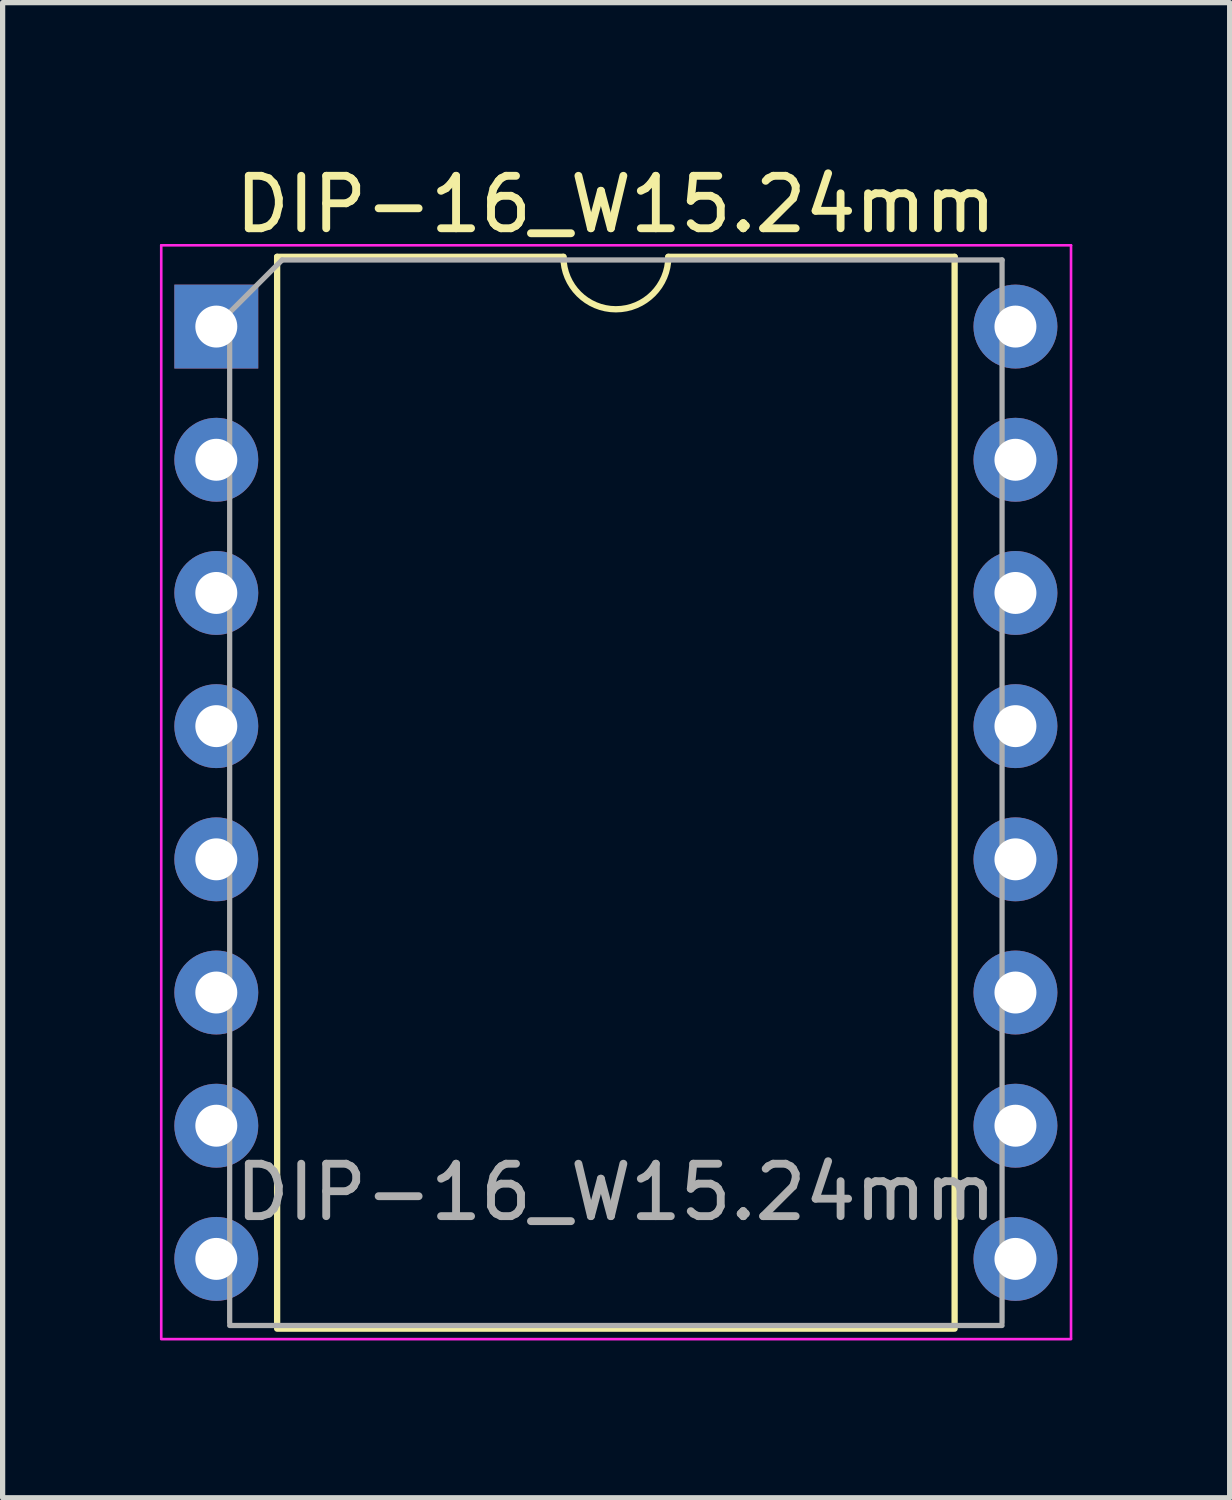
<source format=kicad_pcb>
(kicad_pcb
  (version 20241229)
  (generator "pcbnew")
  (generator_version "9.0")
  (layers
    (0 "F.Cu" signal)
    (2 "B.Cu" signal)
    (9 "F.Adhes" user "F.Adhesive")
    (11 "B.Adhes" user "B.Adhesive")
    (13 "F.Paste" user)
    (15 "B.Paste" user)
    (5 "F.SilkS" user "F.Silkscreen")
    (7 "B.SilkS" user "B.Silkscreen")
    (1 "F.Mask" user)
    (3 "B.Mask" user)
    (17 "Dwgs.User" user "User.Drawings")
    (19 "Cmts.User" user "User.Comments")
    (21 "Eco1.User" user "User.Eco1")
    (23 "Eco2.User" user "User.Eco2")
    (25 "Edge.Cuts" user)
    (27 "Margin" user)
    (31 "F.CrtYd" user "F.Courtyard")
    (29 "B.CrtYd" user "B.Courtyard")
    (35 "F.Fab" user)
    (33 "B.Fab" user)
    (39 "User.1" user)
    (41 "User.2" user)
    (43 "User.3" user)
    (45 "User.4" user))
  (footprint "DIP-16_W15.24mm"
    (layer "F.Cu")
    (at 1.075 3.178)
    (property "Reference" "DIP-16_W15.24mm" (at 7.62 -2.33 0) (layer "F.SilkS") (effects (font (size 1 1) (thickness 0.15))))
    (attr through_hole)
    (fp_line (start 1.16 -1.33) (end 1.16 19.05) (stroke (width 0.12) (type solid)) (layer "F.SilkS"))
    (fp_line (start 1.16 19.11) (end 14.08 19.11) (stroke (width 0.12) (type solid)) (layer "F.SilkS"))
    (fp_line (start 6.62 -1.33) (end 1.16 -1.33) (stroke (width 0.12) (type solid)) (layer "F.SilkS"))
    (fp_line (start 14.08 -1.33) (end 8.62 -1.33) (stroke (width 0.12) (type solid)) (layer "F.SilkS"))
    (fp_line (start 14.08 19.05) (end 14.08 -1.33) (stroke (width 0.12) (type solid)) (layer "F.SilkS"))
    (fp_arc (start 8.62 -1.33) (mid 7.62 -0.33) (end 6.62 -1.33) (stroke (width 0.12) (type solid)) (layer "F.SilkS"))
    (fp_line (start -1.05 -1.55) (end -1.05 19.3) (stroke (width 0.05) (type solid)) (layer "F.CrtYd"))
    (fp_line (start -1.05 19.31) (end 16.3 19.31) (stroke (width 0.05) (type solid)) (layer "F.CrtYd"))
    (fp_line (start 16.3 -1.55) (end -1.05 -1.55) (stroke (width 0.05) (type solid)) (layer "F.CrtYd"))
    (fp_line (start 16.3 19.3) (end 16.3 -1.55) (stroke (width 0.05) (type solid)) (layer "F.CrtYd"))
    (fp_line (start 0.255 -0.27) (end 1.255 -1.27) (stroke (width 0.1) (type solid)) (layer "F.Fab"))
    (fp_line (start 0.255 19) (end 0.255 -0.27) (stroke (width 0.1) (type solid)) (layer "F.Fab"))
    (fp_line (start 1.255 -1.27) (end 14.985 -1.27) (stroke (width 0.1) (type solid)) (layer "F.Fab"))
    (fp_line (start 14.985 -1.27) (end 14.985 19) (stroke (width 0.1) (type solid)) (layer "F.Fab"))
    (fp_line (start 14.985 19.05) (end 0.255 19.05) (stroke (width 0.1) (type solid)) (layer "F.Fab"))
    (fp_text user "${REFERENCE}" (at 7.62 16.51 0) (layer "F.Fab") (effects (font (size 1 1) (thickness 0.15))))
    (pad "1" thru_hole rect (at 0 0) (size 1.6 1.6) (drill 0.8) (layers "*.Cu" "*.Mask"))
    (pad "2" thru_hole oval (at 0 2.54) (size 1.6 1.6) (drill 0.8) (layers "*.Cu" "*.Mask"))
    (pad "3" thru_hole oval (at 0 5.08) (size 1.6 1.6) (drill 0.8) (layers "*.Cu" "*.Mask"))
    (pad "4" thru_hole oval (at 0 7.62) (size 1.6 1.6) (drill 0.8) (layers "*.Cu" "*.Mask"))
    (pad "5" thru_hole oval (at 0 10.16) (size 1.6 1.6) (drill 0.8) (layers "*.Cu" "*.Mask"))
    (pad "6" thru_hole oval (at 0 12.7) (size 1.6 1.6) (drill 0.8) (layers "*.Cu" "*.Mask"))
    (pad "7" thru_hole oval (at 0 15.24) (size 1.6 1.6) (drill 0.8) (layers "*.Cu" "*.Mask"))
    (pad "8" thru_hole oval (at 0 17.78) (size 1.6 1.6) (drill 0.8) (layers "*.Cu" "*.Mask"))
    (pad "9" thru_hole oval (at 15.24 17.78) (size 1.6 1.6) (drill 0.8) (layers "*.Cu" "*.Mask"))
    (pad "10" thru_hole oval (at 15.24 15.24) (size 1.6 1.6) (drill 0.8) (layers "*.Cu" "*.Mask"))
    (pad "11" thru_hole oval (at 15.24 12.7) (size 1.6 1.6) (drill 0.8) (layers "*.Cu" "*.Mask"))
    (pad "12" thru_hole oval (at 15.24 10.16) (size 1.6 1.6) (drill 0.8) (layers "*.Cu" "*.Mask"))
    (pad "13" thru_hole oval (at 15.24 7.62) (size 1.6 1.6) (drill 0.8) (layers "*.Cu" "*.Mask"))
    (pad "14" thru_hole oval (at 15.24 5.08) (size 1.6 1.6) (drill 0.8) (layers "*.Cu" "*.Mask"))
    (pad "15" thru_hole oval (at 15.24 2.54) (size 1.6 1.6) (drill 0.8) (layers "*.Cu" "*.Mask"))
    (pad "16" thru_hole oval (at 15.24 0) (size 1.6 1.6) (drill 0.8) (layers "*.Cu" "*.Mask")))
  (gr_rect
    (start -3 -3)
    (end 20.4 25.513)
    (stroke (width 0.1) (type default))
    (fill no)
    (layer "Edge.Cuts")))
</source>
